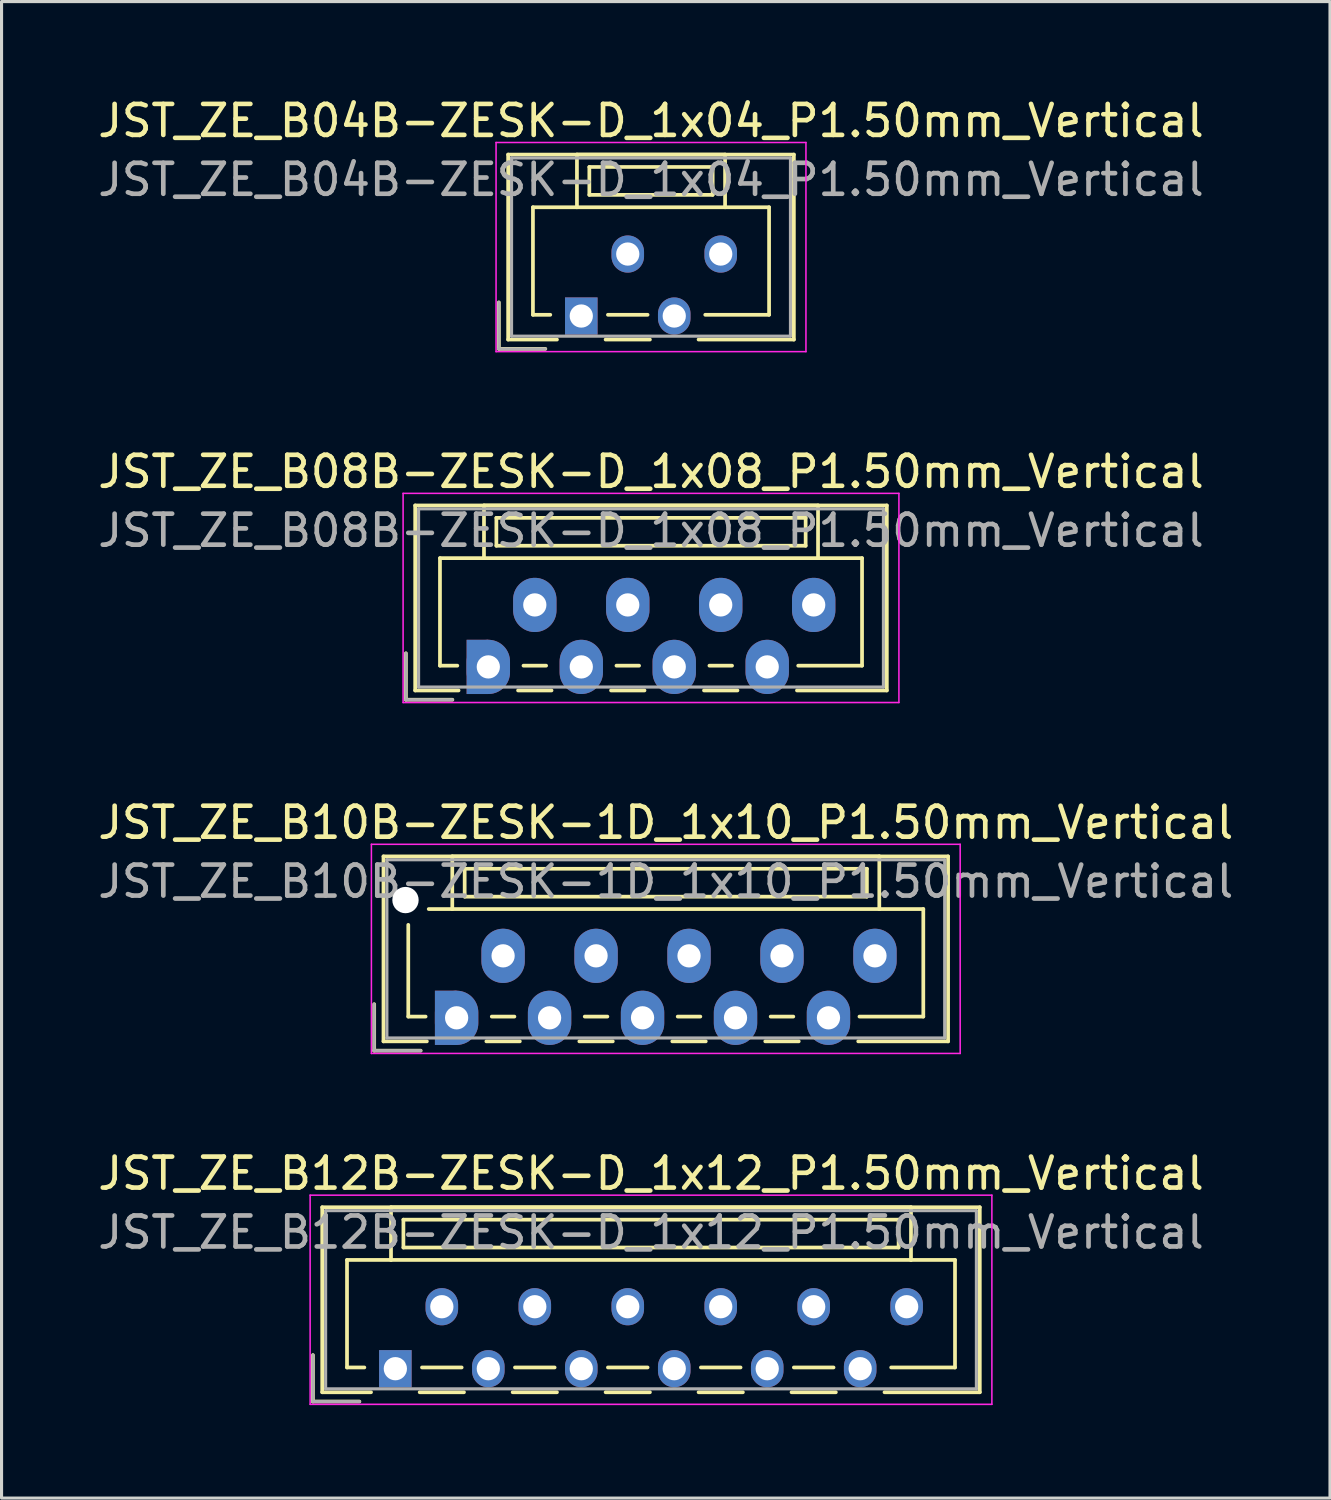
<source format=kicad_pcb>
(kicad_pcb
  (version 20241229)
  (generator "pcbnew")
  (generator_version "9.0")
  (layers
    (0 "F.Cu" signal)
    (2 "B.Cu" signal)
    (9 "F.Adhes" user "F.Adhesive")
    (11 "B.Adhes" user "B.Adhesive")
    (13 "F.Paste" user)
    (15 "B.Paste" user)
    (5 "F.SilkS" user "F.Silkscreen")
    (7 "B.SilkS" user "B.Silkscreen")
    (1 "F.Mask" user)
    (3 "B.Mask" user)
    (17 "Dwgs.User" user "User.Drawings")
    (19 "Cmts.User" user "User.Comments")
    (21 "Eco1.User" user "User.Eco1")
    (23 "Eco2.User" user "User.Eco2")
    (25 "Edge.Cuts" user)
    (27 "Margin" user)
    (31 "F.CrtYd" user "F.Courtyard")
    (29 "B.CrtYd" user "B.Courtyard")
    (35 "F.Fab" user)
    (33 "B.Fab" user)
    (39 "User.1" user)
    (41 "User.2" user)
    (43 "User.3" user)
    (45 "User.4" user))
  (footprint "JST_ZE_B04B-ZESK-D_1x04_P1.50mm_Vertical"
    (layer "F.Cu")
    (at 15.708 7.148)
    (property "Reference" "JST_ZE_B04B-ZESK-D_1x04_P1.50mm_Vertical" (at 2.25 -6.3 0) (layer "F.SilkS") (effects (font (size 1 1) (thickness 0.15))))
    (attr through_hole)
    (fp_line (start -2.66 -0.44) (end -2.66 1.06) (stroke (width 0.12) (type solid)) (layer "F.SilkS"))
    (fp_line (start -2.66 1.06) (end -1.16 1.06) (stroke (width 0.12) (type solid)) (layer "F.SilkS"))
    (fp_line (start -2.36 -5.21) (end 6.86 -5.21) (stroke (width 0.12) (type solid)) (layer "F.SilkS"))
    (fp_line (start -2.36 0.76) (end -2.36 -5.21) (stroke (width 0.12) (type solid)) (layer "F.SilkS"))
    (fp_line (start -1.56 -3.51) (end -1.56 -0.04) (stroke (width 0.12) (type solid)) (layer "F.SilkS"))
    (fp_line (start -1.56 -0.04) (end -1 -0.04) (stroke (width 0.12) (type solid)) (layer "F.SilkS"))
    (fp_line (start -0.785 0.76) (end -2.36 0.76) (stroke (width 0.12) (type solid)) (layer "F.SilkS"))
    (fp_line (start -0.14 -5.21) (end -0.14 -3.51) (stroke (width 0.12) (type solid)) (layer "F.SilkS"))
    (fp_line (start -0.14 -3.51) (end -1.56 -3.51) (stroke (width 0.12) (type solid)) (layer "F.SilkS"))
    (fp_line (start -0.14 -3.51) (end 4.64 -3.51) (stroke (width 0.12) (type solid)) (layer "F.SilkS"))
    (fp_line (start 0.26 -4.81) (end 0.26 -3.91) (stroke (width 0.12) (type solid)) (layer "F.SilkS"))
    (fp_line (start 0.26 -3.91) (end 4.24 -3.91) (stroke (width 0.12) (type solid)) (layer "F.SilkS"))
    (fp_line (start 0.785 0.76) (end 2.215 0.76) (stroke (width 0.12) (type solid)) (layer "F.SilkS"))
    (fp_line (start 0.86 -0.04) (end 2.14 -0.04) (stroke (width 0.12) (type solid)) (layer "F.SilkS"))
    (fp_line (start 4.24 -4.81) (end 0.26 -4.81) (stroke (width 0.12) (type solid)) (layer "F.SilkS"))
    (fp_line (start 4.24 -3.91) (end 4.24 -4.81) (stroke (width 0.12) (type solid)) (layer "F.SilkS"))
    (fp_line (start 4.64 -5.21) (end -0.14 -5.21) (stroke (width 0.12) (type solid)) (layer "F.SilkS"))
    (fp_line (start 4.64 -3.51) (end 4.64 -5.21) (stroke (width 0.12) (type solid)) (layer "F.SilkS"))
    (fp_line (start 4.64 -3.51) (end 6.06 -3.51) (stroke (width 0.12) (type solid)) (layer "F.SilkS"))
    (fp_line (start 6.06 -3.51) (end 6.06 -0.04) (stroke (width 0.12) (type solid)) (layer "F.SilkS"))
    (fp_line (start 6.06 -0.04) (end 4 -0.04) (stroke (width 0.12) (type solid)) (layer "F.SilkS"))
    (fp_line (start 6.86 -5.21) (end 6.86 0.76) (stroke (width 0.12) (type solid)) (layer "F.SilkS"))
    (fp_line (start 6.86 0.76) (end 3.785 0.76) (stroke (width 0.12) (type solid)) (layer "F.SilkS"))
    (fp_line (start -2.75 -5.6) (end -2.75 1.15) (stroke (width 0.05) (type solid)) (layer "F.CrtYd"))
    (fp_line (start -2.75 1.15) (end 7.25 1.15) (stroke (width 0.05) (type solid)) (layer "F.CrtYd"))
    (fp_line (start 7.25 -5.6) (end -2.75 -5.6) (stroke (width 0.05) (type solid)) (layer "F.CrtYd"))
    (fp_line (start 7.25 1.15) (end 7.25 -5.6) (stroke (width 0.05) (type solid)) (layer "F.CrtYd"))
    (fp_line (start -2.66 -0.44) (end -2.66 1.06) (stroke (width 0.1) (type solid)) (layer "F.Fab"))
    (fp_line (start -2.66 1.06) (end -1.16 1.06) (stroke (width 0.1) (type solid)) (layer "F.Fab"))
    (fp_line (start -2.25 -5.1) (end -2.25 0.65) (stroke (width 0.1) (type solid)) (layer "F.Fab"))
    (fp_line (start -2.25 0.65) (end 6.75 0.65) (stroke (width 0.1) (type solid)) (layer "F.Fab"))
    (fp_line (start 6.75 -5.1) (end -2.25 -5.1) (stroke (width 0.1) (type solid)) (layer "F.Fab"))
    (fp_line (start 6.75 0.65) (end 6.75 -5.1) (stroke (width 0.1) (type solid)) (layer "F.Fab"))
    (fp_text user "${REFERENCE}" (at 2.25 -4.4 0) (layer "F.Fab") (effects (font (size 1 1) (thickness 0.15))))
    (pad "1" thru_hole rect (at 0 0) (size 1.05 1.2) (drill 0.75) (layers "*.Cu" "*.Mask"))
    (pad "2" thru_hole oval (at 1.5 -2) (size 1.05 1.2) (drill 0.75) (layers "*.Cu" "*.Mask"))
    (pad "3" thru_hole oval (at 3 0) (size 1.05 1.2) (drill 0.75) (layers "*.Cu" "*.Mask"))
    (pad "4" thru_hole oval (at 4.5 -2) (size 1.05 1.2) (drill 0.75) (layers "*.Cu" "*.Mask")))
  (footprint "JST_ZE_B10B-ZESK-1D_1x10_P1.50mm_Vertical"
    (layer "F.Cu")
    (at 11.685 29.795)
    (property "Reference" "JST_ZE_B10B-ZESK-1D_1x10_P1.50mm_Vertical" (at 6.75 -6.3 0) (layer "F.SilkS") (effects (font (size 1 1) (thickness 0.15))))
    (attr through_hole)
    (fp_line (start -2.66 -0.44) (end -2.66 1.06) (stroke (width 0.12) (type solid)) (layer "F.SilkS"))
    (fp_line (start -2.66 1.06) (end -1.16 1.06) (stroke (width 0.12) (type solid)) (layer "F.SilkS"))
    (fp_line (start -2.36 -5.21) (end 15.86 -5.21) (stroke (width 0.12) (type solid)) (layer "F.SilkS"))
    (fp_line (start -2.36 0.76) (end -2.36 -5.21) (stroke (width 0.12) (type solid)) (layer "F.SilkS"))
    (fp_line (start -1.56 -3) (end -1.56 -0.04) (stroke (width 0.12) (type solid)) (layer "F.SilkS"))
    (fp_line (start -1.56 -0.04) (end -1 -0.04) (stroke (width 0.12) (type solid)) (layer "F.SilkS"))
    (fp_line (start -0.96 0.76) (end -2.36 0.76) (stroke (width 0.12) (type solid)) (layer "F.SilkS"))
    (fp_line (start -0.14 -5.21) (end -0.14 -3.51) (stroke (width 0.12) (type solid)) (layer "F.SilkS"))
    (fp_line (start -0.14 -3.51) (end -0.9 -3.51) (stroke (width 0.12) (type solid)) (layer "F.SilkS"))
    (fp_line (start -0.14 -3.51) (end 13.64 -3.51) (stroke (width 0.12) (type solid)) (layer "F.SilkS"))
    (fp_line (start 0.26 -4.81) (end 0.26 -3.91) (stroke (width 0.12) (type solid)) (layer "F.SilkS"))
    (fp_line (start 0.26 -3.91) (end 13.24 -3.91) (stroke (width 0.12) (type solid)) (layer "F.SilkS"))
    (fp_line (start 0.96 0.76) (end 2.04 0.76) (stroke (width 0.12) (type solid)) (layer "F.SilkS"))
    (fp_line (start 1.135 -0.04) (end 1.865 -0.04) (stroke (width 0.12) (type solid)) (layer "F.SilkS"))
    (fp_line (start 3.96 0.76) (end 5.04 0.76) (stroke (width 0.12) (type solid)) (layer "F.SilkS"))
    (fp_line (start 4.135 -0.04) (end 4.865 -0.04) (stroke (width 0.12) (type solid)) (layer "F.SilkS"))
    (fp_line (start 6.96 0.76) (end 8.04 0.76) (stroke (width 0.12) (type solid)) (layer "F.SilkS"))
    (fp_line (start 7.135 -0.04) (end 7.865 -0.04) (stroke (width 0.12) (type solid)) (layer "F.SilkS"))
    (fp_line (start 9.96 0.76) (end 11.04 0.76) (stroke (width 0.12) (type solid)) (layer "F.SilkS"))
    (fp_line (start 10.135 -0.04) (end 10.865 -0.04) (stroke (width 0.12) (type solid)) (layer "F.SilkS"))
    (fp_line (start 13.24 -4.81) (end 0.26 -4.81) (stroke (width 0.12) (type solid)) (layer "F.SilkS"))
    (fp_line (start 13.24 -3.91) (end 13.24 -4.81) (stroke (width 0.12) (type solid)) (layer "F.SilkS"))
    (fp_line (start 13.64 -5.21) (end -0.14 -5.21) (stroke (width 0.12) (type solid)) (layer "F.SilkS"))
    (fp_line (start 13.64 -3.51) (end 13.64 -5.21) (stroke (width 0.12) (type solid)) (layer "F.SilkS"))
    (fp_line (start 13.64 -3.51) (end 15.06 -3.51) (stroke (width 0.12) (type solid)) (layer "F.SilkS"))
    (fp_line (start 15.06 -3.51) (end 15.06 -0.04) (stroke (width 0.12) (type solid)) (layer "F.SilkS"))
    (fp_line (start 15.06 -0.04) (end 13 -0.04) (stroke (width 0.12) (type solid)) (layer "F.SilkS"))
    (fp_line (start 15.86 -5.21) (end 15.86 0.76) (stroke (width 0.12) (type solid)) (layer "F.SilkS"))
    (fp_line (start 15.86 0.76) (end 12.96 0.76) (stroke (width 0.12) (type solid)) (layer "F.SilkS"))
    (fp_line (start -2.75 -5.6) (end -2.75 1.15) (stroke (width 0.05) (type solid)) (layer "F.CrtYd"))
    (fp_line (start -2.75 1.15) (end 16.25 1.15) (stroke (width 0.05) (type solid)) (layer "F.CrtYd"))
    (fp_line (start 16.25 -5.6) (end -2.75 -5.6) (stroke (width 0.05) (type solid)) (layer "F.CrtYd"))
    (fp_line (start 16.25 1.15) (end 16.25 -5.6) (stroke (width 0.05) (type solid)) (layer "F.CrtYd"))
    (fp_line (start -2.66 -0.44) (end -2.66 1.06) (stroke (width 0.1) (type solid)) (layer "F.Fab"))
    (fp_line (start -2.66 1.06) (end -1.16 1.06) (stroke (width 0.1) (type solid)) (layer "F.Fab"))
    (fp_line (start -2.25 -5.1) (end -2.25 0.65) (stroke (width 0.1) (type solid)) (layer "F.Fab"))
    (fp_line (start -2.25 0.65) (end 15.75 0.65) (stroke (width 0.1) (type solid)) (layer "F.Fab"))
    (fp_line (start 15.75 -5.1) (end -2.25 -5.1) (stroke (width 0.1) (type solid)) (layer "F.Fab"))
    (fp_line (start 15.75 0.65) (end 15.75 -5.1) (stroke (width 0.1) (type solid)) (layer "F.Fab"))
    (fp_text user "${REFERENCE}" (at 6.75 -4.4 0) (layer "F.Fab") (effects (font (size 1 1) (thickness 0.15))))
    (pad "" np_thru_hole circle (at -1.65 -3.8) (size 0.85 0.85) (drill 0.85) (layers "*.Cu" "*.Mask"))
    (pad "1" smd rect (at -0.35 0) (size 0.7 1.75) (layers "F.Cu" "F.Mask"))
    (pad "1" smd rect (at -0.35 0) (size 0.7 1.75) (layers "B.Cu" "B.Mask"))
    (pad "1" thru_hole oval (at 0 0) (size 1.4 1.75) (drill 0.75) (layers "*.Cu" "*.Mask"))
    (pad "2" thru_hole oval (at 1.5 -2) (size 1.4 1.75) (drill 0.75) (layers "*.Cu" "*.Mask"))
    (pad "3" thru_hole oval (at 3 0) (size 1.4 1.75) (drill 0.75) (layers "*.Cu" "*.Mask"))
    (pad "4" thru_hole oval (at 4.5 -2) (size 1.4 1.75) (drill 0.75) (layers "*.Cu" "*.Mask"))
    (pad "5" thru_hole oval (at 6 0) (size 1.4 1.75) (drill 0.75) (layers "*.Cu" "*.Mask"))
    (pad "6" thru_hole oval (at 7.5 -2) (size 1.4 1.75) (drill 0.75) (layers "*.Cu" "*.Mask"))
    (pad "7" thru_hole oval (at 9 0) (size 1.4 1.75) (drill 0.75) (layers "*.Cu" "*.Mask"))
    (pad "8" thru_hole oval (at 10.5 -2) (size 1.4 1.75) (drill 0.75) (layers "*.Cu" "*.Mask"))
    (pad "9" thru_hole oval (at 12 0) (size 1.4 1.75) (drill 0.75) (layers "*.Cu" "*.Mask"))
    (pad "10" thru_hole oval (at 13.5 -2) (size 1.4 1.75) (drill 0.75) (layers "*.Cu" "*.Mask")))
  (footprint "JST_ZE_B12B-ZESK-D_1x12_P1.50mm_Vertical"
    (layer "F.Cu")
    (at 9.708 41.118)
    (property "Reference" "JST_ZE_B12B-ZESK-D_1x12_P1.50mm_Vertical" (at 8.25 -6.3 0) (layer "F.SilkS") (effects (font (size 1 1) (thickness 0.15))))
    (attr through_hole)
    (fp_line (start -2.66 -0.44) (end -2.66 1.06) (stroke (width 0.12) (type solid)) (layer "F.SilkS"))
    (fp_line (start -2.66 1.06) (end -1.16 1.06) (stroke (width 0.12) (type solid)) (layer "F.SilkS"))
    (fp_line (start -2.36 -5.21) (end 18.86 -5.21) (stroke (width 0.12) (type solid)) (layer "F.SilkS"))
    (fp_line (start -2.36 0.76) (end -2.36 -5.21) (stroke (width 0.12) (type solid)) (layer "F.SilkS"))
    (fp_line (start -1.56 -3.51) (end -1.56 -0.04) (stroke (width 0.12) (type solid)) (layer "F.SilkS"))
    (fp_line (start -1.56 -0.04) (end -1 -0.04) (stroke (width 0.12) (type solid)) (layer "F.SilkS"))
    (fp_line (start -0.785 0.76) (end -2.36 0.76) (stroke (width 0.12) (type solid)) (layer "F.SilkS"))
    (fp_line (start -0.14 -5.21) (end -0.14 -3.51) (stroke (width 0.12) (type solid)) (layer "F.SilkS"))
    (fp_line (start -0.14 -3.51) (end -1.56 -3.51) (stroke (width 0.12) (type solid)) (layer "F.SilkS"))
    (fp_line (start -0.14 -3.51) (end 16.64 -3.51) (stroke (width 0.12) (type solid)) (layer "F.SilkS"))
    (fp_line (start 0.26 -4.81) (end 0.26 -3.91) (stroke (width 0.12) (type solid)) (layer "F.SilkS"))
    (fp_line (start 0.26 -3.91) (end 16.24 -3.91) (stroke (width 0.12) (type solid)) (layer "F.SilkS"))
    (fp_line (start 0.785 0.76) (end 2.215 0.76) (stroke (width 0.12) (type solid)) (layer "F.SilkS"))
    (fp_line (start 0.86 -0.04) (end 2.14 -0.04) (stroke (width 0.12) (type solid)) (layer "F.SilkS"))
    (fp_line (start 3.785 0.76) (end 5.215 0.76) (stroke (width 0.12) (type solid)) (layer "F.SilkS"))
    (fp_line (start 3.86 -0.04) (end 5.14 -0.04) (stroke (width 0.12) (type solid)) (layer "F.SilkS"))
    (fp_line (start 6.785 0.76) (end 8.215 0.76) (stroke (width 0.12) (type solid)) (layer "F.SilkS"))
    (fp_line (start 6.86 -0.04) (end 8.14 -0.04) (stroke (width 0.12) (type solid)) (layer "F.SilkS"))
    (fp_line (start 9.785 0.76) (end 11.215 0.76) (stroke (width 0.12) (type solid)) (layer "F.SilkS"))
    (fp_line (start 9.86 -0.04) (end 11.14 -0.04) (stroke (width 0.12) (type solid)) (layer "F.SilkS"))
    (fp_line (start 12.785 0.76) (end 14.215 0.76) (stroke (width 0.12) (type solid)) (layer "F.SilkS"))
    (fp_line (start 12.86 -0.04) (end 14.14 -0.04) (stroke (width 0.12) (type solid)) (layer "F.SilkS"))
    (fp_line (start 16.24 -4.81) (end 0.26 -4.81) (stroke (width 0.12) (type solid)) (layer "F.SilkS"))
    (fp_line (start 16.24 -3.91) (end 16.24 -4.81) (stroke (width 0.12) (type solid)) (layer "F.SilkS"))
    (fp_line (start 16.64 -5.21) (end -0.14 -5.21) (stroke (width 0.12) (type solid)) (layer "F.SilkS"))
    (fp_line (start 16.64 -3.51) (end 16.64 -5.21) (stroke (width 0.12) (type solid)) (layer "F.SilkS"))
    (fp_line (start 16.64 -3.51) (end 18.06 -3.51) (stroke (width 0.12) (type solid)) (layer "F.SilkS"))
    (fp_line (start 18.06 -3.51) (end 18.06 -0.04) (stroke (width 0.12) (type solid)) (layer "F.SilkS"))
    (fp_line (start 18.06 -0.04) (end 16 -0.04) (stroke (width 0.12) (type solid)) (layer "F.SilkS"))
    (fp_line (start 18.86 -5.21) (end 18.86 0.76) (stroke (width 0.12) (type solid)) (layer "F.SilkS"))
    (fp_line (start 18.86 0.76) (end 15.785 0.76) (stroke (width 0.12) (type solid)) (layer "F.SilkS"))
    (fp_line (start -2.75 -5.6) (end -2.75 1.15) (stroke (width 0.05) (type solid)) (layer "F.CrtYd"))
    (fp_line (start -2.75 1.15) (end 19.25 1.15) (stroke (width 0.05) (type solid)) (layer "F.CrtYd"))
    (fp_line (start 19.25 -5.6) (end -2.75 -5.6) (stroke (width 0.05) (type solid)) (layer "F.CrtYd"))
    (fp_line (start 19.25 1.15) (end 19.25 -5.6) (stroke (width 0.05) (type solid)) (layer "F.CrtYd"))
    (fp_line (start -2.66 -0.44) (end -2.66 1.06) (stroke (width 0.1) (type solid)) (layer "F.Fab"))
    (fp_line (start -2.66 1.06) (end -1.16 1.06) (stroke (width 0.1) (type solid)) (layer "F.Fab"))
    (fp_line (start -2.25 -5.1) (end -2.25 0.65) (stroke (width 0.1) (type solid)) (layer "F.Fab"))
    (fp_line (start -2.25 0.65) (end 18.75 0.65) (stroke (width 0.1) (type solid)) (layer "F.Fab"))
    (fp_line (start 18.75 -5.1) (end -2.25 -5.1) (stroke (width 0.1) (type solid)) (layer "F.Fab"))
    (fp_line (start 18.75 0.65) (end 18.75 -5.1) (stroke (width 0.1) (type solid)) (layer "F.Fab"))
    (fp_text user "${REFERENCE}" (at 8.25 -4.4 0) (layer "F.Fab") (effects (font (size 1 1) (thickness 0.15))))
    (pad "1" thru_hole rect (at 0 0) (size 1.05 1.2) (drill 0.75) (layers "*.Cu" "*.Mask"))
    (pad "2" thru_hole oval (at 1.5 -2) (size 1.05 1.2) (drill 0.75) (layers "*.Cu" "*.Mask"))
    (pad "3" thru_hole oval (at 3 0) (size 1.05 1.2) (drill 0.75) (layers "*.Cu" "*.Mask"))
    (pad "4" thru_hole oval (at 4.5 -2) (size 1.05 1.2) (drill 0.75) (layers "*.Cu" "*.Mask"))
    (pad "5" thru_hole oval (at 6 0) (size 1.05 1.2) (drill 0.75) (layers "*.Cu" "*.Mask"))
    (pad "6" thru_hole oval (at 7.5 -2) (size 1.05 1.2) (drill 0.75) (layers "*.Cu" "*.Mask"))
    (pad "7" thru_hole oval (at 9 0) (size 1.05 1.2) (drill 0.75) (layers "*.Cu" "*.Mask"))
    (pad "8" thru_hole oval (at 10.5 -2) (size 1.05 1.2) (drill 0.75) (layers "*.Cu" "*.Mask"))
    (pad "9" thru_hole oval (at 12 0) (size 1.05 1.2) (drill 0.75) (layers "*.Cu" "*.Mask"))
    (pad "10" thru_hole oval (at 13.5 -2) (size 1.05 1.2) (drill 0.75) (layers "*.Cu" "*.Mask"))
    (pad "11" thru_hole oval (at 15 0) (size 1.05 1.2) (drill 0.75) (layers "*.Cu" "*.Mask"))
    (pad "12" thru_hole oval (at 16.5 -2) (size 1.05 1.2) (drill 0.75) (layers "*.Cu" "*.Mask")))
  (footprint "JST_ZE_B08B-ZESK-D_1x08_P1.50mm_Vertical"
    (layer "F.Cu")
    (at 12.708 18.471)
    (property "Reference" "JST_ZE_B08B-ZESK-D_1x08_P1.50mm_Vertical" (at 5.25 -6.3 0) (layer "F.SilkS") (effects (font (size 1 1) (thickness 0.15))))
    (attr through_hole)
    (fp_line (start -2.66 -0.44) (end -2.66 1.06) (stroke (width 0.12) (type solid)) (layer "F.SilkS"))
    (fp_line (start -2.66 1.06) (end -1.16 1.06) (stroke (width 0.12) (type solid)) (layer "F.SilkS"))
    (fp_line (start -2.36 -5.21) (end 12.86 -5.21) (stroke (width 0.12) (type solid)) (layer "F.SilkS"))
    (fp_line (start -2.36 0.76) (end -2.36 -5.21) (stroke (width 0.12) (type solid)) (layer "F.SilkS"))
    (fp_line (start -1.56 -3.51) (end -1.56 -0.04) (stroke (width 0.12) (type solid)) (layer "F.SilkS"))
    (fp_line (start -1.56 -0.04) (end -1 -0.04) (stroke (width 0.12) (type solid)) (layer "F.SilkS"))
    (fp_line (start -0.96 0.76) (end -2.36 0.76) (stroke (width 0.12) (type solid)) (layer "F.SilkS"))
    (fp_line (start -0.14 -5.21) (end -0.14 -3.51) (stroke (width 0.12) (type solid)) (layer "F.SilkS"))
    (fp_line (start -0.14 -3.51) (end -1.56 -3.51) (stroke (width 0.12) (type solid)) (layer "F.SilkS"))
    (fp_line (start -0.14 -3.51) (end 10.64 -3.51) (stroke (width 0.12) (type solid)) (layer "F.SilkS"))
    (fp_line (start 0.26 -4.81) (end 0.26 -3.91) (stroke (width 0.12) (type solid)) (layer "F.SilkS"))
    (fp_line (start 0.26 -3.91) (end 10.24 -3.91) (stroke (width 0.12) (type solid)) (layer "F.SilkS"))
    (fp_line (start 0.96 0.76) (end 2.04 0.76) (stroke (width 0.12) (type solid)) (layer "F.SilkS"))
    (fp_line (start 1.135 -0.04) (end 1.865 -0.04) (stroke (width 0.12) (type solid)) (layer "F.SilkS"))
    (fp_line (start 3.96 0.76) (end 5.04 0.76) (stroke (width 0.12) (type solid)) (layer "F.SilkS"))
    (fp_line (start 4.135 -0.04) (end 4.865 -0.04) (stroke (width 0.12) (type solid)) (layer "F.SilkS"))
    (fp_line (start 6.96 0.76) (end 8.04 0.76) (stroke (width 0.12) (type solid)) (layer "F.SilkS"))
    (fp_line (start 7.135 -0.04) (end 7.865 -0.04) (stroke (width 0.12) (type solid)) (layer "F.SilkS"))
    (fp_line (start 10.24 -4.81) (end 0.26 -4.81) (stroke (width 0.12) (type solid)) (layer "F.SilkS"))
    (fp_line (start 10.24 -3.91) (end 10.24 -4.81) (stroke (width 0.12) (type solid)) (layer "F.SilkS"))
    (fp_line (start 10.64 -5.21) (end -0.14 -5.21) (stroke (width 0.12) (type solid)) (layer "F.SilkS"))
    (fp_line (start 10.64 -3.51) (end 10.64 -5.21) (stroke (width 0.12) (type solid)) (layer "F.SilkS"))
    (fp_line (start 10.64 -3.51) (end 12.06 -3.51) (stroke (width 0.12) (type solid)) (layer "F.SilkS"))
    (fp_line (start 12.06 -3.51) (end 12.06 -0.04) (stroke (width 0.12) (type solid)) (layer "F.SilkS"))
    (fp_line (start 12.06 -0.04) (end 10 -0.04) (stroke (width 0.12) (type solid)) (layer "F.SilkS"))
    (fp_line (start 12.86 -5.21) (end 12.86 0.76) (stroke (width 0.12) (type solid)) (layer "F.SilkS"))
    (fp_line (start 12.86 0.76) (end 9.96 0.76) (stroke (width 0.12) (type solid)) (layer "F.SilkS"))
    (fp_line (start -2.75 -5.6) (end -2.75 1.15) (stroke (width 0.05) (type solid)) (layer "F.CrtYd"))
    (fp_line (start -2.75 1.15) (end 13.25 1.15) (stroke (width 0.05) (type solid)) (layer "F.CrtYd"))
    (fp_line (start 13.25 -5.6) (end -2.75 -5.6) (stroke (width 0.05) (type solid)) (layer "F.CrtYd"))
    (fp_line (start 13.25 1.15) (end 13.25 -5.6) (stroke (width 0.05) (type solid)) (layer "F.CrtYd"))
    (fp_line (start -2.66 -0.44) (end -2.66 1.06) (stroke (width 0.1) (type solid)) (layer "F.Fab"))
    (fp_line (start -2.66 1.06) (end -1.16 1.06) (stroke (width 0.1) (type solid)) (layer "F.Fab"))
    (fp_line (start -2.25 -5.1) (end -2.25 0.65) (stroke (width 0.1) (type solid)) (layer "F.Fab"))
    (fp_line (start -2.25 0.65) (end 12.75 0.65) (stroke (width 0.1) (type solid)) (layer "F.Fab"))
    (fp_line (start 12.75 -5.1) (end -2.25 -5.1) (stroke (width 0.1) (type solid)) (layer "F.Fab"))
    (fp_line (start 12.75 0.65) (end 12.75 -5.1) (stroke (width 0.1) (type solid)) (layer "F.Fab"))
    (fp_text user "${REFERENCE}" (at 5.25 -4.4 0) (layer "F.Fab") (effects (font (size 1 1) (thickness 0.15))))
    (pad "1" smd rect (at -0.35 0) (size 0.7 1.75) (layers "F.Cu" "F.Mask"))
    (pad "1" smd rect (at -0.35 0) (size 0.7 1.75) (layers "B.Cu" "B.Mask"))
    (pad "1" thru_hole oval (at 0 0) (size 1.4 1.75) (drill 0.75) (layers "*.Cu" "*.Mask"))
    (pad "2" thru_hole oval (at 1.5 -2) (size 1.4 1.75) (drill 0.75) (layers "*.Cu" "*.Mask"))
    (pad "3" thru_hole oval (at 3 0) (size 1.4 1.75) (drill 0.75) (layers "*.Cu" "*.Mask"))
    (pad "4" thru_hole oval (at 4.5 -2) (size 1.4 1.75) (drill 0.75) (layers "*.Cu" "*.Mask"))
    (pad "5" thru_hole oval (at 6 0) (size 1.4 1.75) (drill 0.75) (layers "*.Cu" "*.Mask"))
    (pad "6" thru_hole oval (at 7.5 -2) (size 1.4 1.75) (drill 0.75) (layers "*.Cu" "*.Mask"))
    (pad "7" thru_hole oval (at 9 0) (size 1.4 1.75) (drill 0.75) (layers "*.Cu" "*.Mask"))
    (pad "8" thru_hole oval (at 10.5 -2) (size 1.4 1.75) (drill 0.75) (layers "*.Cu" "*.Mask")))
  (gr_rect
    (start -3 -3)
    (end 39.869 45.293)
    (stroke (width 0.1) (type default))
    (fill no)
    (layer "Edge.Cuts")))
</source>
